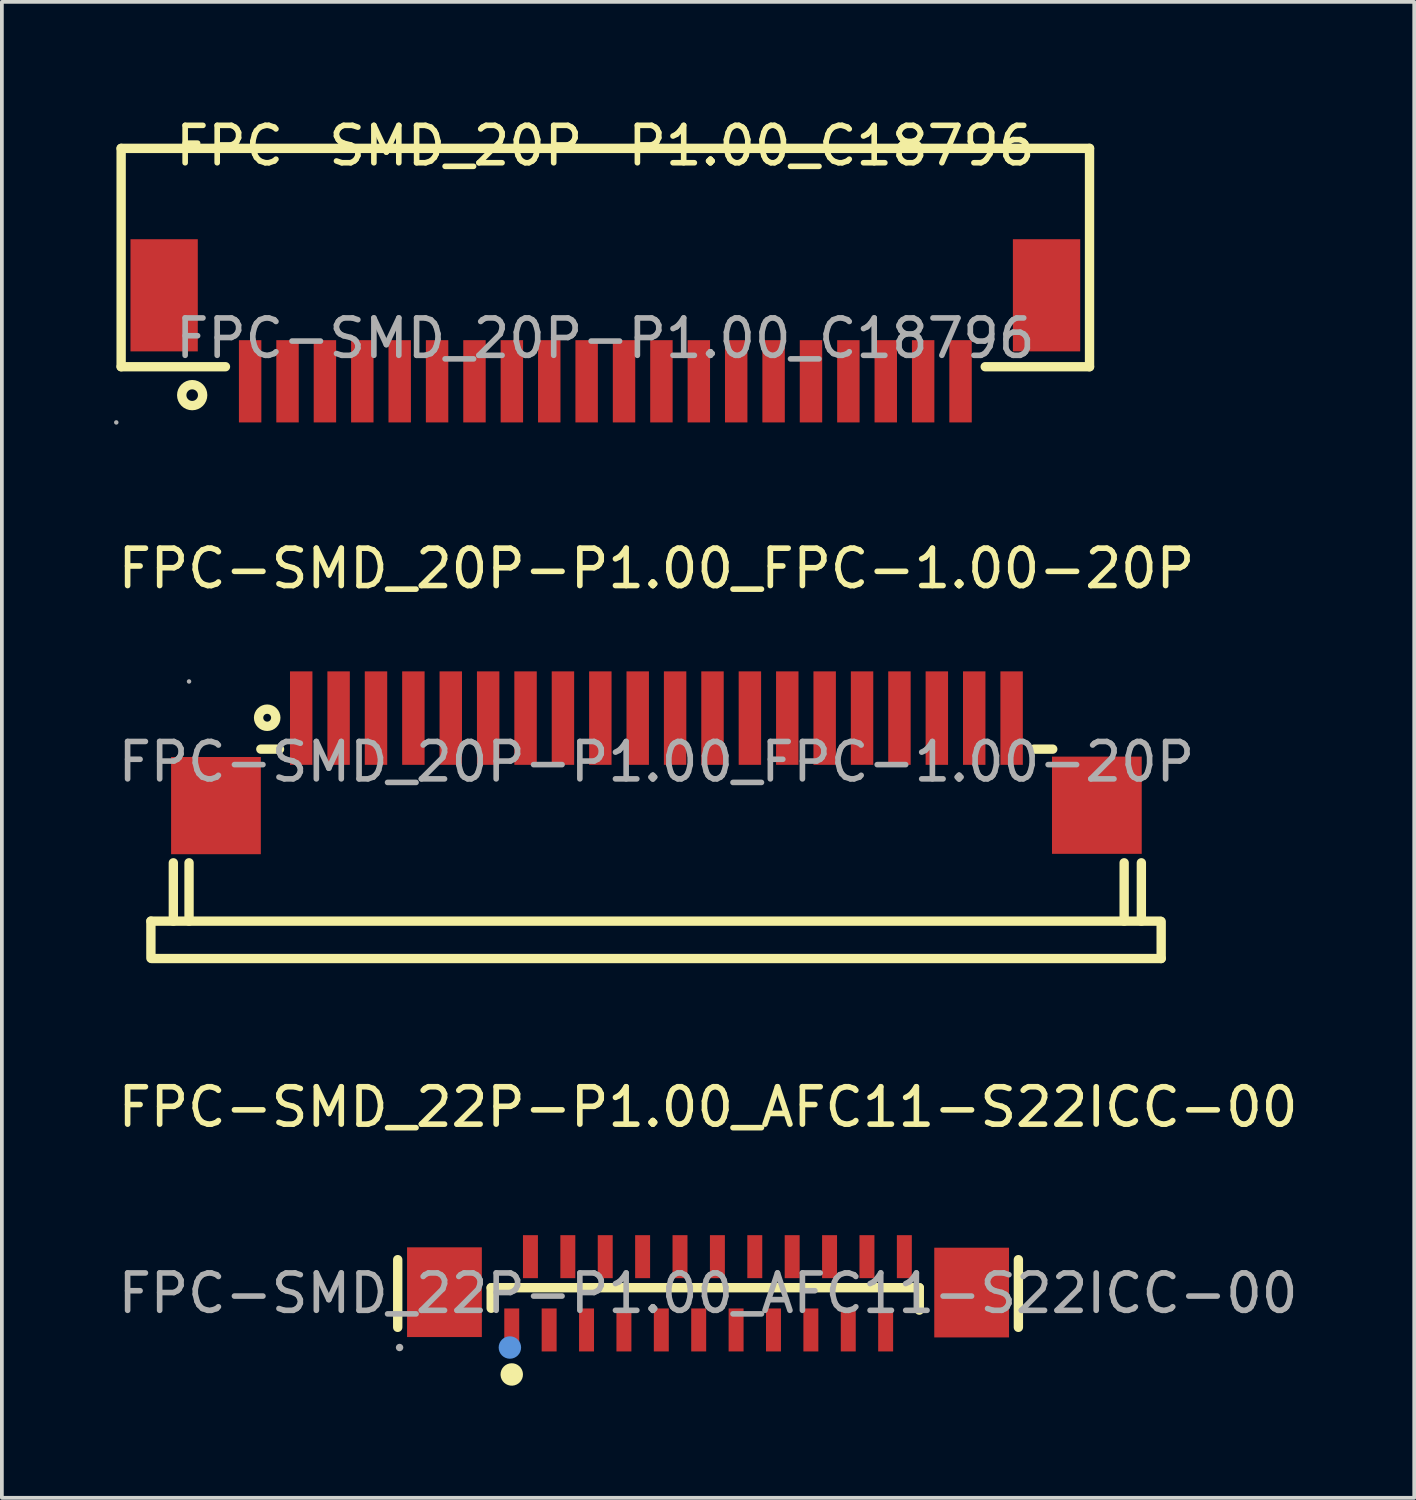
<source format=kicad_pcb>
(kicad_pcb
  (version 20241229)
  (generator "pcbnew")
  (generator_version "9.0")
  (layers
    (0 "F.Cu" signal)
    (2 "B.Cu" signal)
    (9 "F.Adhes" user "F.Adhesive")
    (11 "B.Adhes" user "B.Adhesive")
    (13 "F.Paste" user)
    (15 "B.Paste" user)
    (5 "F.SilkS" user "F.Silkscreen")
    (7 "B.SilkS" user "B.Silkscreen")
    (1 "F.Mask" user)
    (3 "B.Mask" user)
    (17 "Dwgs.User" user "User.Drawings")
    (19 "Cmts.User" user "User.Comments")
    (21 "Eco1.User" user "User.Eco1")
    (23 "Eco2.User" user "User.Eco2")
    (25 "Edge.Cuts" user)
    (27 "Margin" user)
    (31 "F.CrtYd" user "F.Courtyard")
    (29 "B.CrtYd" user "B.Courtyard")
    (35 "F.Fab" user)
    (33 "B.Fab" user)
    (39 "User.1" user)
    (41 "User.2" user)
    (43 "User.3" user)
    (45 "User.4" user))
  (footprint "FPC-SMD_20P-P1.00_FPC-1.00-20P"
    (layer "F.Cu")
    (at 14.506 17.326)
    (property "Reference" "FPC-SMD_20P-P1.00_FPC-1.00-20P" (at 0 -5.17 0) (layer "F.SilkS") (effects (font (size 1 1) (thickness 0.15))))
    (attr through_hole)
    (fp_line (start -13.52 4.26) (end 13.48 4.26) (stroke (width 0.25) (type solid)) (layer "F.SilkS"))
    (fp_line (start -13.52 5.25) (end -13.52 4.26) (stroke (width 0.25) (type solid)) (layer "F.SilkS"))
    (fp_line (start -13.5 5.26) (end 13.5 5.26) (stroke (width 0.25) (type solid)) (layer "F.SilkS"))
    (fp_line (start -12.92 4.26) (end -12.92 2.7) (stroke (width 0.25) (type solid)) (layer "F.SilkS"))
    (fp_line (start -12.5 4.26) (end -12.5 2.7) (stroke (width 0.25) (type solid)) (layer "F.SilkS"))
    (fp_line (start -10.58 -0.34) (end -10.08 -0.34) (stroke (width 0.25) (type solid)) (layer "F.SilkS"))
    (fp_line (start 10.1 -0.34) (end 10.6 -0.34) (stroke (width 0.25) (type solid)) (layer "F.SilkS"))
    (fp_line (start 12.51 4.26) (end 12.51 2.7) (stroke (width 0.25) (type solid)) (layer "F.SilkS"))
    (fp_line (start 12.97 4.26) (end 12.97 2.7) (stroke (width 0.25) (type solid)) (layer "F.SilkS"))
    (fp_line (start 13.5 5.26) (end 13.5 4.27) (stroke (width 0.25) (type solid)) (layer "F.SilkS"))
    (fp_circle (center -10.41 -1.18) (end -10.18 -1.18) (stroke (width 0.25) (type solid)) (fill no) (layer "F.SilkS"))
    (fp_circle (center -12.5 -2.15) (end -12.47 -2.15) (stroke (width 0.06) (type solid)) (fill no) (layer "F.Fab"))
    (fp_text user "${REFERENCE}" (at 0 0 0) (layer "F.Fab") (effects (font (size 1 1) (thickness 0.15))))
    (pad "1" smd rect (at -9.5 -1.17) (size 0.6 2.5) (layers "F.Cu" "F.Mask" "F.Paste"))
    (pad "2" smd rect (at -8.5 -1.17) (size 0.6 2.5) (layers "F.Cu" "F.Mask" "F.Paste"))
    (pad "3" smd rect (at -7.5 -1.17) (size 0.6 2.5) (layers "F.Cu" "F.Mask" "F.Paste"))
    (pad "4" smd rect (at -6.5 -1.17) (size 0.6 2.5) (layers "F.Cu" "F.Mask" "F.Paste"))
    (pad "5" smd rect (at -5.5 -1.17) (size 0.6 2.5) (layers "F.Cu" "F.Mask" "F.Paste"))
    (pad "6" smd rect (at -4.5 -1.17) (size 0.6 2.5) (layers "F.Cu" "F.Mask" "F.Paste"))
    (pad "7" smd rect (at -3.5 -1.17) (size 0.6 2.5) (layers "F.Cu" "F.Mask" "F.Paste"))
    (pad "8" smd rect (at -2.5 -1.17) (size 0.6 2.5) (layers "F.Cu" "F.Mask" "F.Paste"))
    (pad "9" smd rect (at -1.5 -1.17) (size 0.6 2.5) (layers "F.Cu" "F.Mask" "F.Paste"))
    (pad "10" smd rect (at -0.5 -1.17) (size 0.6 2.5) (layers "F.Cu" "F.Mask" "F.Paste"))
    (pad "11" smd rect (at 0.5 -1.17) (size 0.6 2.5) (layers "F.Cu" "F.Mask" "F.Paste"))
    (pad "12" smd rect (at 1.5 -1.17) (size 0.6 2.5) (layers "F.Cu" "F.Mask" "F.Paste"))
    (pad "13" smd rect (at 2.5 -1.17) (size 0.6 2.5) (layers "F.Cu" "F.Mask" "F.Paste"))
    (pad "14" smd rect (at 3.5 -1.17) (size 0.6 2.5) (layers "F.Cu" "F.Mask" "F.Paste"))
    (pad "15" smd rect (at 4.5 -1.17) (size 0.6 2.5) (layers "F.Cu" "F.Mask" "F.Paste"))
    (pad "16" smd rect (at 5.5 -1.17) (size 0.6 2.5) (layers "F.Cu" "F.Mask" "F.Paste"))
    (pad "17" smd rect (at 6.5 -1.17) (size 0.6 2.5) (layers "F.Cu" "F.Mask" "F.Paste"))
    (pad "18" smd rect (at 7.5 -1.17) (size 0.6 2.5) (layers "F.Cu" "F.Mask" "F.Paste"))
    (pad "19" smd rect (at 8.5 -1.17) (size 0.6 2.5) (layers "F.Cu" "F.Mask" "F.Paste"))
    (pad "20" smd rect (at 9.5 -1.17) (size 0.6 2.5) (layers "F.Cu" "F.Mask" "F.Paste"))
    (pad "21" smd rect (at -11.78 1.17) (size 2.4 2.6) (layers "F.Cu" "F.Mask" "F.Paste"))
    (pad "22" smd rect (at 11.78 1.16) (size 2.4 2.6) (layers "F.Cu" "F.Mask" "F.Paste")))
  (footprint "FPC-SMD_22P-P1.00_AFC11-S22ICC-00"
    (layer "F.Cu")
    (at 15.887 31.54)
    (property "Reference" "FPC-SMD_22P-P1.00_AFC11-S22ICC-00" (at 0 -4.98 0) (layer "F.SilkS") (effects (font (size 1 1) (thickness 0.15))))
    (attr through_hole)
    (fp_line (start -8.3 -0.9) (end -8.3 0.91) (stroke (width 0.25) (type solid)) (layer "F.SilkS"))
    (fp_line (start -5.8 -0.15) (end 5.65 -0.15) (stroke (width 0.25) (type solid)) (layer "F.SilkS"))
    (fp_line (start -5.8 0.4) (end -5.8 -0.15) (stroke (width 0.25) (type solid)) (layer "F.SilkS"))
    (fp_line (start 5.65 -0.15) (end 5.65 0.45) (stroke (width 0.25) (type solid)) (layer "F.SilkS"))
    (fp_line (start 8.3 0.91) (end 8.3 -0.9) (stroke (width 0.25) (type solid)) (layer "F.SilkS"))
    (fp_arc (start -5.4 2.17) (mid -5.100083 2.165001) (end -5.399667 2.179993) (stroke (width 0.3) (type solid)) (layer "F.SilkS"))
    (fp_circle (center -5.3 1.45) (end -5.15 1.45) (stroke (width 0.3) (type solid)) (fill no) (layer "Cmts.User"))
    (fp_circle (center -8.25 1.45) (end -8.2 1.45) (stroke (width 0.1) (type solid)) (fill no) (layer "F.Fab"))
    (fp_text user "${REFERENCE}" (at 0 0 0) (layer "F.Fab") (effects (font (size 1 1) (thickness 0.15))))
    (pad "1" smd rect (at -5.25 0.98) (size 0.4 1.15) (layers "F.Cu" "F.Mask" "F.Paste"))
    (pad "2" smd rect (at -4.75 -0.98) (size 0.4 1.15) (layers "F.Cu" "F.Mask" "F.Paste"))
    (pad "3" smd rect (at -4.25 0.98) (size 0.4 1.15) (layers "F.Cu" "F.Mask" "F.Paste"))
    (pad "4" smd rect (at -3.75 -0.98) (size 0.4 1.15) (layers "F.Cu" "F.Mask" "F.Paste"))
    (pad "5" smd rect (at -3.25 0.98) (size 0.4 1.15) (layers "F.Cu" "F.Mask" "F.Paste"))
    (pad "6" smd rect (at -2.75 -0.98) (size 0.4 1.15) (layers "F.Cu" "F.Mask" "F.Paste"))
    (pad "7" smd rect (at -2.25 0.98) (size 0.4 1.15) (layers "F.Cu" "F.Mask" "F.Paste"))
    (pad "8" smd rect (at -1.75 -0.98) (size 0.4 1.15) (layers "F.Cu" "F.Mask" "F.Paste"))
    (pad "9" smd rect (at -1.25 0.98) (size 0.4 1.15) (layers "F.Cu" "F.Mask" "F.Paste"))
    (pad "10" smd rect (at -0.75 -0.98) (size 0.4 1.15) (layers "F.Cu" "F.Mask" "F.Paste"))
    (pad "11" smd rect (at -0.25 0.98) (size 0.4 1.15) (layers "F.Cu" "F.Mask" "F.Paste"))
    (pad "12" smd rect (at 0.25 -0.98) (size 0.4 1.15) (layers "F.Cu" "F.Mask" "F.Paste"))
    (pad "13" smd rect (at 0.75 0.98) (size 0.4 1.15) (layers "F.Cu" "F.Mask" "F.Paste"))
    (pad "14" smd rect (at 1.25 -0.98) (size 0.4 1.15) (layers "F.Cu" "F.Mask" "F.Paste"))
    (pad "15" smd rect (at 1.75 0.98) (size 0.4 1.15) (layers "F.Cu" "F.Mask" "F.Paste"))
    (pad "16" smd rect (at 2.25 -0.98) (size 0.4 1.15) (layers "F.Cu" "F.Mask" "F.Paste"))
    (pad "17" smd rect (at 2.75 0.98) (size 0.4 1.15) (layers "F.Cu" "F.Mask" "F.Paste"))
    (pad "18" smd rect (at 3.25 -0.98) (size 0.4 1.15) (layers "F.Cu" "F.Mask" "F.Paste"))
    (pad "19" smd rect (at 3.75 0.98) (size 0.4 1.15) (layers "F.Cu" "F.Mask" "F.Paste"))
    (pad "20" smd rect (at 4.25 -0.98) (size 0.4 1.15) (layers "F.Cu" "F.Mask" "F.Paste"))
    (pad "21" smd rect (at 4.75 0.98) (size 0.4 1.15) (layers "F.Cu" "F.Mask" "F.Paste"))
    (pad "22" smd rect (at 5.25 -0.98) (size 0.4 1.15) (layers "F.Cu" "F.Mask" "F.Paste"))
    (pad "23" smd rect (at 7.05 -0.02 90) (size 2.4 2) (layers "F.Cu" "F.Mask" "F.Paste"))
    (pad "24" smd rect (at -7.05 -0.03 90) (size 2.4 2) (layers "F.Cu" "F.Mask" "F.Paste")))
  (footprint "FPC-SMD_20P-P1.00_C18796"
    (layer "F.Cu")
    (at 13.14 5.998)
    (property "Reference" "FPC-SMD_20P-P1.00_C18796" (at 0 -5.15 0) (layer "F.SilkS") (effects (font (size 1 1) (thickness 0.15))))
    (attr through_hole)
    (fp_line (start -12.95 -5.08) (end 12.95 -5.08) (stroke (width 0.25) (type solid)) (layer "F.SilkS"))
    (fp_line (start -12.95 0.76) (end -12.95 -5.08) (stroke (width 0.25) (type solid)) (layer "F.SilkS"))
    (fp_line (start -12.95 0.76) (end -10.16 0.76) (stroke (width 0.25) (type solid)) (layer "F.SilkS"))
    (fp_line (start 12.95 -5.08) (end 12.95 0.76) (stroke (width 0.25) (type solid)) (layer "F.SilkS"))
    (fp_line (start 12.95 0.76) (end 10.16 0.76) (stroke (width 0.25) (type solid)) (layer "F.SilkS"))
    (fp_circle (center -11.05 1.52) (end -10.77 1.52) (stroke (width 0.25) (type solid)) (fill no) (layer "F.SilkS"))
    (fp_circle (center -13.08 2.25) (end -13.05 2.25) (stroke (width 0.06) (type solid)) (fill no) (layer "F.Fab"))
    (fp_text user "${REFERENCE}" (at 0 0 0) (layer "F.Fab") (effects (font (size 1 1) (thickness 0.15))))
    (pad "1" smd rect (at -9.5 1.15) (size 0.6 2.2) (layers "F.Cu" "F.Mask" "F.Paste"))
    (pad "2" smd rect (at -8.5 1.15) (size 0.6 2.2) (layers "F.Cu" "F.Mask" "F.Paste"))
    (pad "3" smd rect (at -7.5 1.15) (size 0.6 2.2) (layers "F.Cu" "F.Mask" "F.Paste"))
    (pad "4" smd rect (at -6.5 1.15) (size 0.6 2.2) (layers "F.Cu" "F.Mask" "F.Paste"))
    (pad "5" smd rect (at -5.5 1.15) (size 0.6 2.2) (layers "F.Cu" "F.Mask" "F.Paste"))
    (pad "6" smd rect (at -4.5 1.15) (size 0.6 2.2) (layers "F.Cu" "F.Mask" "F.Paste"))
    (pad "7" smd rect (at -3.5 1.15) (size 0.6 2.2) (layers "F.Cu" "F.Mask" "F.Paste"))
    (pad "8" smd rect (at -2.5 1.15) (size 0.6 2.2) (layers "F.Cu" "F.Mask" "F.Paste"))
    (pad "9" smd rect (at -1.5 1.15) (size 0.6 2.2) (layers "F.Cu" "F.Mask" "F.Paste"))
    (pad "10" smd rect (at -0.5 1.15) (size 0.6 2.2) (layers "F.Cu" "F.Mask" "F.Paste"))
    (pad "11" smd rect (at 0.5 1.15) (size 0.6 2.2) (layers "F.Cu" "F.Mask" "F.Paste"))
    (pad "12" smd rect (at 1.5 1.15) (size 0.6 2.2) (layers "F.Cu" "F.Mask" "F.Paste"))
    (pad "13" smd rect (at 2.5 1.15) (size 0.6 2.2) (layers "F.Cu" "F.Mask" "F.Paste"))
    (pad "14" smd rect (at 3.5 1.15) (size 0.6 2.2) (layers "F.Cu" "F.Mask" "F.Paste"))
    (pad "15" smd rect (at 4.5 1.15) (size 0.6 2.2) (layers "F.Cu" "F.Mask" "F.Paste"))
    (pad "16" smd rect (at 5.5 1.15) (size 0.6 2.2) (layers "F.Cu" "F.Mask" "F.Paste"))
    (pad "17" smd rect (at 6.5 1.15) (size 0.6 2.2) (layers "F.Cu" "F.Mask" "F.Paste"))
    (pad "18" smd rect (at 7.5 1.15) (size 0.6 2.2) (layers "F.Cu" "F.Mask" "F.Paste"))
    (pad "19" smd rect (at 8.5 1.15) (size 0.6 2.2) (layers "F.Cu" "F.Mask" "F.Paste"))
    (pad "20" smd rect (at 9.5 1.15) (size 0.6 2.2) (layers "F.Cu" "F.Mask" "F.Paste"))
    (pad "21" smd rect (at 11.8 -1.15) (size 1.8 3) (layers "F.Cu" "F.Mask" "F.Paste"))
    (pad "22" smd rect (at -11.8 -1.15) (size 1.8 3) (layers "F.Cu" "F.Mask" "F.Paste")))
  (gr_rect
    (start -3 -3)
    (end 34.774 37.01)
    (stroke (width 0.1) (type default))
    (fill no)
    (layer "Edge.Cuts")))
</source>
